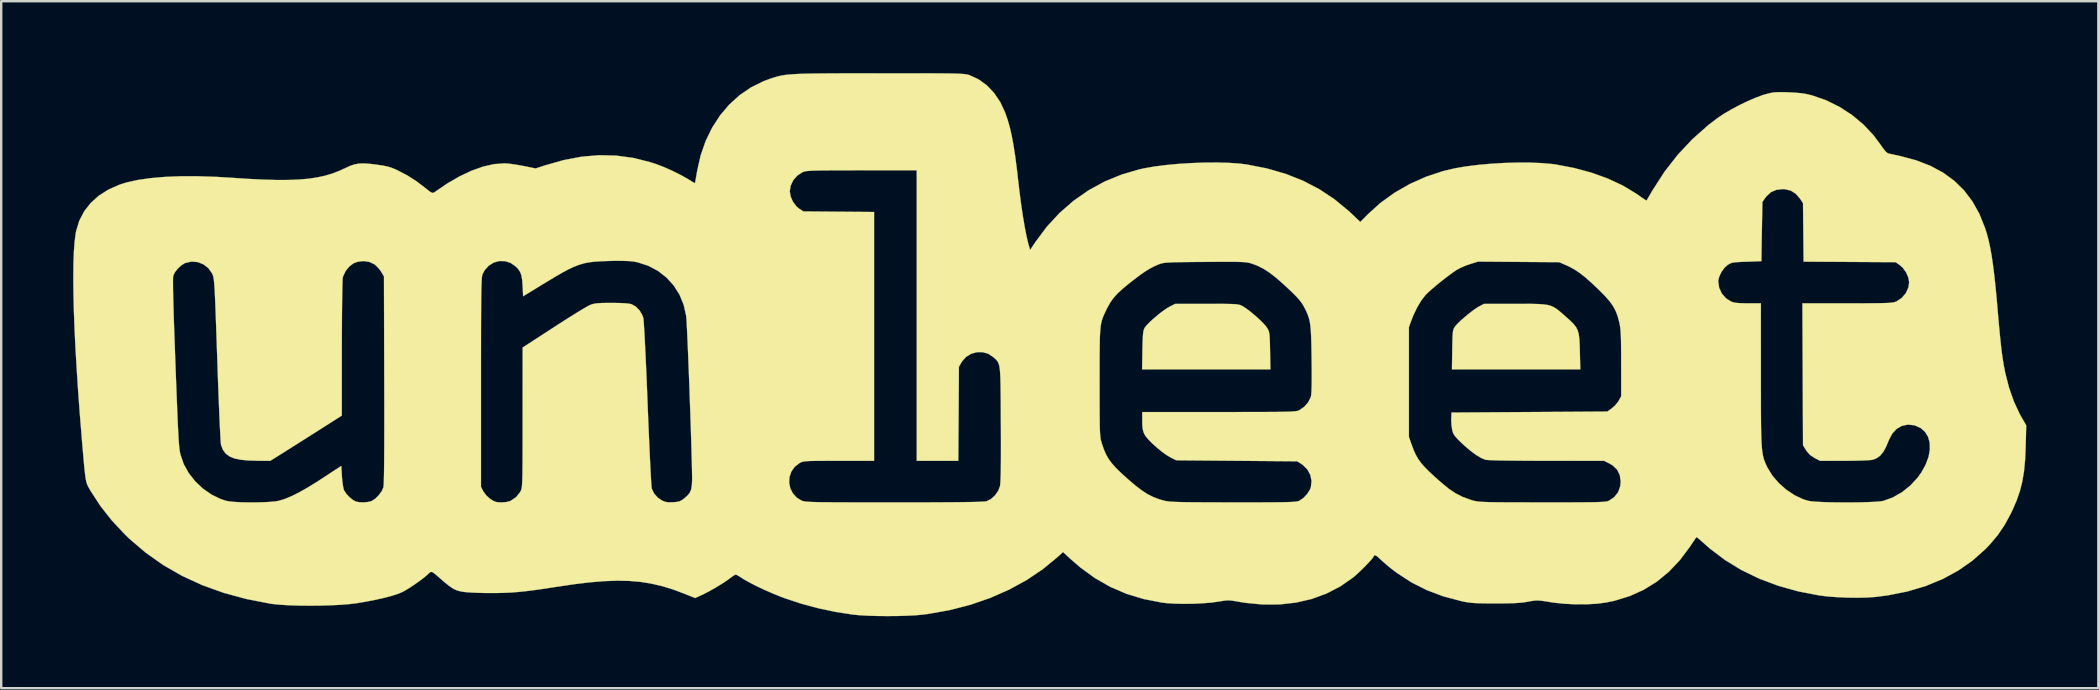
<source format=kicad_pcb>
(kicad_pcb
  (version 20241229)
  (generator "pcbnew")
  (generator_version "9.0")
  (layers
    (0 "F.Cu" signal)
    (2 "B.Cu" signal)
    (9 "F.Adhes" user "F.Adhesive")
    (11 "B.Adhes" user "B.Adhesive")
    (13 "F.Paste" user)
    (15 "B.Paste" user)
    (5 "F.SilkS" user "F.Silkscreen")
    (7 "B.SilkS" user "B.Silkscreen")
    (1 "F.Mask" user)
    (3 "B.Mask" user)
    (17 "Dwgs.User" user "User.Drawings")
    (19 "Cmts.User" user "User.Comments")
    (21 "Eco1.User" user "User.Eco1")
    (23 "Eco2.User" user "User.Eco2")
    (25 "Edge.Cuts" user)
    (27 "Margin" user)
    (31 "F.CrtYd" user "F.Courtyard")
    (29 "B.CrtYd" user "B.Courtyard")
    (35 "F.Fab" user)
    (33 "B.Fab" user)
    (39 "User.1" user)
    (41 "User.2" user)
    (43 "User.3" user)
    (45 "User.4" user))
  (footprint "F.Silk_g8169"
    (layer "F.Cu")
    (at 32.87 20.006)
    (property "Reference" "F.Silk_g8169" (at 0 0 0) (layer "F.SilkS") (effects (font (size 1.27 1.27) (thickness 0.15))))
    (attr through_hole)
    (fp_poly (pts (xy 27.951 -10.391) (xy 28.208 -10.385) (xy 28.413 -10.37) (xy 28.579 -10.346) (xy 28.718 -10.308) (xy 28.839 -10.253) (xy 28.955 -10.18) (xy 29.077 -10.084) (xy 29.217 -9.963) (xy 29.336 -9.858) (xy 29.52 -9.692) (xy 29.659 -9.554) (xy 29.76 -9.426) (xy 29.829 -9.292) (xy 29.874 -9.137) (xy 29.9 -8.944) (xy 29.914 -8.697) (xy 29.922 -8.414) (xy 29.939 -7.662) (xy 24.591 -7.662) (xy 24.604 -8.481) (xy 24.609 -8.765) (xy 24.615 -8.977) (xy 24.623 -9.131) (xy 24.634 -9.241) (xy 24.652 -9.318) (xy 24.676 -9.377) (xy 24.708 -9.431) (xy 24.717 -9.444) (xy 24.81 -9.552) (xy 24.954 -9.693) (xy 25.13 -9.848) (xy 25.32 -10.004) (xy 25.505 -10.144) (xy 25.665 -10.252) (xy 25.727 -10.287) (xy 25.929 -10.393) (xy 27.241 -10.393) (xy 27.633 -10.393) (xy 27.951 -10.391)) (stroke (width 0.01) (type solid)) (fill yes) (layer "F.SilkS"))
    (fp_poly (pts (xy 14.741 -10.393) (xy 15.034 -10.392) (xy 15.263 -10.389) (xy 15.438 -10.385) (xy 15.568 -10.378) (xy 15.663 -10.367) (xy 15.734 -10.352) (xy 15.79 -10.333) (xy 15.842 -10.309) (xy 15.863 -10.297) (xy 16.006 -10.207) (xy 16.181 -10.076) (xy 16.369 -9.92) (xy 16.553 -9.755) (xy 16.715 -9.596) (xy 16.838 -9.46) (xy 16.891 -9.386) (xy 16.929 -9.318) (xy 16.957 -9.252) (xy 16.976 -9.172) (xy 16.99 -9.064) (xy 16.999 -8.915) (xy 17.005 -8.709) (xy 17.011 -8.435) (xy 17.025 -7.662) (xy 11.677 -7.662) (xy 11.691 -8.456) (xy 11.698 -8.747) (xy 11.706 -8.967) (xy 11.717 -9.128) (xy 11.732 -9.243) (xy 11.753 -9.325) (xy 11.78 -9.387) (xy 11.857 -9.489) (xy 11.987 -9.624) (xy 12.153 -9.777) (xy 12.338 -9.934) (xy 12.526 -10.081) (xy 12.699 -10.201) (xy 12.827 -10.276) (xy 13.06 -10.393) (xy 14.372 -10.393) (xy 14.741 -10.393)) (stroke (width 0.01) (type solid)) (fill yes) (layer "F.SilkS"))
    (fp_poly (pts (xy 2.365 -20.001) (xy 2.778 -20) (xy 3.129 -19.998) (xy 3.423 -19.996) (xy 3.667 -19.993) (xy 3.867 -19.989) (xy 4.027 -19.984) (xy 4.153 -19.977) (xy 4.252 -19.97) (xy 4.329 -19.961) (xy 4.39 -19.95) (xy 4.439 -19.938) (xy 4.484 -19.923) (xy 4.487 -19.922) (xy 4.865 -19.747) (xy 5.208 -19.499) (xy 5.509 -19.182) (xy 5.765 -18.803) (xy 5.964 -18.379) (xy 6.067 -18.088) (xy 6.158 -17.771) (xy 6.24 -17.418) (xy 6.316 -17.018) (xy 6.387 -16.561) (xy 6.455 -16.037) (xy 6.497 -15.663) (xy 6.566 -15.076) (xy 6.638 -14.526) (xy 6.713 -14.024) (xy 6.789 -13.577) (xy 6.864 -13.195) (xy 6.938 -12.886) (xy 6.957 -12.819) (xy 7.01 -12.638) (xy 7.236 -12.976) (xy 7.711 -13.611) (xy 8.24 -14.182) (xy 8.818 -14.686) (xy 9.444 -15.123) (xy 10.113 -15.488) (xy 10.822 -15.78) (xy 11.568 -15.998) (xy 11.769 -16.042) (xy 12.197 -16.117) (xy 12.68 -16.178) (xy 13.199 -16.227) (xy 13.737 -16.26) (xy 14.277 -16.279) (xy 14.801 -16.282) (xy 15.291 -16.269) (xy 15.731 -16.239) (xy 16.044 -16.2) (xy 16.88 -16.036) (xy 17.658 -15.811) (xy 18.384 -15.524) (xy 19.06 -15.173) (xy 19.69 -14.755) (xy 20.279 -14.27) (xy 20.382 -14.175) (xy 20.772 -13.806) (xy 21.086 -14.124) (xy 21.612 -14.6) (xy 22.198 -15.023) (xy 22.835 -15.388) (xy 23.512 -15.69) (xy 24.218 -15.924) (xy 24.703 -16.039) (xy 25.16 -16.118) (xy 25.667 -16.182) (xy 26.206 -16.231) (xy 26.76 -16.264) (xy 27.311 -16.28) (xy 27.84 -16.279) (xy 28.329 -16.259) (xy 28.762 -16.221) (xy 28.914 -16.201) (xy 29.686 -16.054) (xy 30.415 -15.857) (xy 31.093 -15.612) (xy 31.714 -15.321) (xy 32.268 -14.988) (xy 32.373 -14.915) (xy 32.512 -14.817) (xy 32.623 -14.742) (xy 32.689 -14.702) (xy 32.701 -14.698) (xy 32.725 -14.738) (xy 32.782 -14.835) (xy 32.865 -14.976) (xy 32.957 -15.134) (xy 33.448 -15.895) (xy 34.001 -16.604) (xy 34.612 -17.256) (xy 35.276 -17.844) (xy 35.67 -18.144) (xy 35.932 -18.318) (xy 36.243 -18.5) (xy 36.581 -18.679) (xy 36.924 -18.844) (xy 37.25 -18.985) (xy 37.539 -19.091) (xy 37.628 -19.118) (xy 37.794 -19.163) (xy 37.931 -19.193) (xy 38.064 -19.21) (xy 38.214 -19.217) (xy 38.405 -19.215) (xy 38.623 -19.208) (xy 38.923 -19.192) (xy 39.166 -19.169) (xy 39.378 -19.134) (xy 39.587 -19.083) (xy 39.607 -19.078) (xy 40.188 -18.875) (xy 40.744 -18.6) (xy 41.265 -18.262) (xy 41.739 -17.867) (xy 42.155 -17.425) (xy 42.435 -17.05) (xy 42.57 -16.858) (xy 42.68 -16.727) (xy 42.759 -16.665) (xy 42.771 -16.661) (xy 42.85 -16.644) (xy 42.989 -16.614) (xy 43.166 -16.576) (xy 43.286 -16.55) (xy 43.943 -16.373) (xy 44.535 -16.143) (xy 45.063 -15.859) (xy 45.528 -15.519) (xy 45.933 -15.122) (xy 46.279 -14.666) (xy 46.569 -14.149) (xy 46.803 -13.57) (xy 46.884 -13.314) (xy 46.956 -13.042) (xy 47.022 -12.736) (xy 47.084 -12.39) (xy 47.142 -11.995) (xy 47.198 -11.542) (xy 47.253 -11.023) (xy 47.307 -10.431) (xy 47.326 -10.212) (xy 47.37 -9.702) (xy 47.41 -9.266) (xy 47.447 -8.894) (xy 47.482 -8.574) (xy 47.516 -8.296) (xy 47.552 -8.05) (xy 47.59 -7.825) (xy 47.631 -7.61) (xy 47.646 -7.534) (xy 47.805 -6.909) (xy 48.007 -6.329) (xy 48.248 -5.81) (xy 48.332 -5.66) (xy 48.524 -5.33) (xy 48.502 -4.432) (xy 48.478 -3.895) (xy 48.433 -3.421) (xy 48.362 -2.994) (xy 48.261 -2.593) (xy 48.126 -2.202) (xy 47.953 -1.801) (xy 47.874 -1.637) (xy 47.62 -1.171) (xy 47.34 -0.759) (xy 47.014 -0.371) (xy 46.82 -0.169) (xy 46.281 0.31) (xy 45.685 0.726) (xy 45.034 1.079) (xy 44.329 1.369) (xy 43.57 1.594) (xy 42.758 1.755) (xy 42.227 1.823) (xy 41.891 1.846) (xy 41.499 1.855) (xy 41.077 1.85) (xy 40.654 1.832) (xy 40.255 1.802) (xy 39.908 1.76) (xy 39.899 1.759) (xy 39.02 1.589) (xy 38.184 1.355) (xy 37.393 1.057) (xy 36.652 0.698) (xy 35.967 0.28) (xy 35.34 -0.195) (xy 35.124 -0.385) (xy 34.987 -0.507) (xy 34.876 -0.603) (xy 34.802 -0.66) (xy 34.779 -0.672) (xy 34.751 -0.632) (xy 34.687 -0.537) (xy 34.595 -0.402) (xy 34.507 -0.269) (xy 34.09 0.288) (xy 33.631 0.772) (xy 33.131 1.183) (xy 32.587 1.521) (xy 32 1.786) (xy 31.369 1.98) (xy 31.009 2.055) (xy 30.632 2.104) (xy 30.2 2.128) (xy 29.74 2.129) (xy 29.278 2.106) (xy 28.841 2.061) (xy 28.687 2.037) (xy 28.462 2) (xy 28.296 1.977) (xy 28.168 1.968) (xy 28.052 1.972) (xy 27.926 1.989) (xy 27.767 2.018) (xy 27.756 2.02) (xy 27.592 2.047) (xy 27.41 2.066) (xy 27.197 2.08) (xy 26.937 2.088) (xy 26.616 2.092) (xy 26.395 2.092) (xy 26.064 2.091) (xy 25.801 2.087) (xy 25.592 2.08) (xy 25.419 2.068) (xy 25.267 2.049) (xy 25.119 2.025) (xy 24.986 1.997) (xy 24.24 1.799) (xy 23.548 1.54) (xy 22.902 1.214) (xy 22.296 0.82) (xy 22.013 0.604) (xy 21.858 0.475) (xy 21.714 0.349) (xy 21.603 0.247) (xy 21.571 0.216) (xy 21.473 0.129) (xy 21.391 0.086) (xy 21.343 0.094) (xy 21.336 0.118) (xy 21.307 0.172) (xy 21.227 0.27) (xy 21.11 0.4) (xy 20.968 0.548) (xy 20.813 0.701) (xy 20.659 0.848) (xy 20.516 0.974) (xy 20.456 1.023) (xy 19.929 1.388) (xy 19.358 1.683) (xy 18.746 1.906) (xy 18.098 2.056) (xy 17.417 2.134) (xy 16.705 2.137) (xy 15.968 2.066) (xy 15.61 2.006) (xy 15.437 1.977) (xy 15.3 1.964) (xy 15.165 1.969) (xy 15 1.993) (xy 14.886 2.012) (xy 14.583 2.055) (xy 14.223 2.085) (xy 13.83 2.104) (xy 13.429 2.109) (xy 13.044 2.101) (xy 12.701 2.08) (xy 12.497 2.056) (xy 11.736 1.907) (xy 11.023 1.69) (xy 10.351 1.4) (xy 9.714 1.036) (xy 9.105 0.595) (xy 8.689 0.234) (xy 8.382 -0.051) (xy 8.145 0.166) (xy 7.535 0.668) (xy 6.862 1.12) (xy 6.131 1.519) (xy 5.351 1.862) (xy 4.527 2.146) (xy 3.665 2.369) (xy 2.773 2.528) (xy 2.517 2.561) (xy 2.222 2.587) (xy 1.864 2.605) (xy 1.466 2.616) (xy 1.049 2.619) (xy 0.633 2.615) (xy 0.24 2.603) (xy -0.108 2.583) (xy -0.368 2.558) (xy -1.086 2.448) (xy -1.82 2.292) (xy -2.542 2.098) (xy -3.22 1.873) (xy -3.401 1.805) (xy -3.742 1.665) (xy -4.08 1.517) (xy -4.398 1.366) (xy -4.678 1.223) (xy -4.904 1.096) (xy -4.989 1.042) (xy -5.112 0.963) (xy -5.21 0.907) (xy -5.258 0.889) (xy -5.314 0.913) (xy -5.408 0.975) (xy -5.457 1.013) (xy -5.633 1.141) (xy -5.861 1.29) (xy -6.114 1.443) (xy -6.367 1.586) (xy -6.595 1.704) (xy -6.639 1.724) (xy -6.948 1.868) (xy -7.422 1.678) (xy -7.876 1.508) (xy -8.321 1.372) (xy -8.766 1.268) (xy -9.221 1.195) (xy -9.696 1.154) (xy -10.201 1.144) (xy -10.747 1.164) (xy -11.342 1.213) (xy -11.997 1.292) (xy -12.706 1.397) (xy -13.191 1.472) (xy -13.608 1.532) (xy -13.973 1.578) (xy -14.301 1.613) (xy -14.608 1.637) (xy -14.91 1.651) (xy -15.221 1.658) (xy -15.452 1.659) (xy -15.733 1.657) (xy -16.01 1.65) (xy -16.261 1.639) (xy -16.466 1.625) (xy -16.595 1.611) (xy -16.761 1.581) (xy -16.903 1.538) (xy -17.038 1.473) (xy -17.183 1.377) (xy -17.357 1.239) (xy -17.529 1.091) (xy -17.696 0.944) (xy -17.813 0.846) (xy -17.892 0.792) (xy -17.948 0.776) (xy -17.995 0.793) (xy -18.047 0.838) (xy -18.086 0.875) (xy -18.232 1.002) (xy -18.429 1.152) (xy -18.65 1.308) (xy -18.872 1.455) (xy -19.071 1.574) (xy -19.147 1.615) (xy -19.34 1.695) (xy -19.606 1.78) (xy -19.932 1.865) (xy -20.306 1.948) (xy -20.716 2.027) (xy -21.04 2.081) (xy -21.343 2.118) (xy -21.708 2.148) (xy -22.118 2.169) (xy -22.554 2.182) (xy -23.001 2.186) (xy -23.44 2.182) (xy -23.854 2.17) (xy -24.225 2.148) (xy -24.536 2.118) (xy -24.638 2.104) (xy -25.643 1.91) (xy -26.594 1.652) (xy -27.49 1.33) (xy -28.331 0.943) (xy -29.119 0.491) (xy -29.852 -0.026) (xy -30.532 -0.607) (xy -30.715 -0.783) (xy -31.263 -1.369) (xy -31.735 -1.969) (xy -32.141 -2.593) (xy -32.209 -2.712) (xy -32.246 -2.779) (xy -32.277 -2.843) (xy -32.303 -2.913) (xy -32.327 -2.997) (xy -32.348 -3.105) (xy -32.369 -3.244) (xy -32.39 -3.424) (xy -32.413 -3.652) (xy -32.439 -3.939) (xy -32.469 -4.291) (xy -32.506 -4.719) (xy -32.509 -4.763) (xy -32.593 -5.796) (xy -32.665 -6.782) (xy -32.726 -7.716) (xy -32.777 -8.596) (xy -32.816 -9.418) (xy -32.844 -10.18) (xy -32.86 -10.878) (xy -32.864 -11.356) (xy -28.711 -11.356) (xy -28.71 -11.144) (xy -28.706 -10.856) (xy -28.697 -10.493) (xy -28.685 -10.052) (xy -28.668 -9.531) (xy -28.647 -8.929) (xy -28.622 -8.245) (xy -28.618 -8.132) (xy -28.594 -7.484) (xy -28.572 -6.916) (xy -28.553 -6.42) (xy -28.535 -5.993) (xy -28.52 -5.626) (xy -28.506 -5.316) (xy -28.493 -5.056) (xy -28.482 -4.841) (xy -28.47 -4.664) (xy -28.459 -4.52) (xy -28.448 -4.404) (xy -28.437 -4.309) (xy -28.424 -4.231) (xy -28.411 -4.162) (xy -28.398 -4.106) (xy -28.263 -3.714) (xy -28.055 -3.34) (xy -27.785 -2.996) (xy -27.464 -2.693) (xy -27.102 -2.442) (xy -26.712 -2.254) (xy -26.492 -2.183) (xy -26.342 -2.156) (xy -26.126 -2.136) (xy -25.863 -2.123) (xy -25.57 -2.117) (xy -25.266 -2.117) (xy -24.97 -2.124) (xy -24.699 -2.137) (xy -24.472 -2.157) (xy -24.308 -2.183) (xy -24.302 -2.185) (xy -24.053 -2.26) (xy -23.775 -2.375) (xy -23.46 -2.532) (xy -23.1 -2.736) (xy -22.688 -2.99) (xy -22.479 -3.126) (xy -21.696 -3.638) (xy -21.671 -3.205) (xy -21.654 -3.004) (xy -21.629 -2.819) (xy -21.599 -2.676) (xy -21.582 -2.624) (xy -21.493 -2.483) (xy -21.357 -2.336) (xy -21.205 -2.215) (xy -21.096 -2.156) (xy -20.945 -2.125) (xy -20.755 -2.119) (xy -20.566 -2.138) (xy -20.435 -2.174) (xy -20.284 -2.269) (xy -20.135 -2.417) (xy -20.011 -2.587) (xy -19.94 -2.746) (xy -19.932 -2.814) (xy -19.925 -2.952) (xy -19.919 -3.161) (xy -19.914 -3.444) (xy -19.91 -3.802) (xy -19.907 -4.235) (xy -19.905 -4.747) (xy -19.904 -5.338) (xy -19.904 -6.01) (xy -19.905 -6.764) (xy -19.906 -7.12) (xy -15.875 -7.12) (xy -15.875 -2.765) (xy -15.777 -2.578) (xy -15.652 -2.406) (xy -15.479 -2.256) (xy -15.476 -2.254) (xy -15.338 -2.171) (xy -15.216 -2.13) (xy -15.064 -2.117) (xy -15.021 -2.117) (xy -14.837 -2.13) (xy -14.681 -2.166) (xy -14.635 -2.185) (xy -14.41 -2.338) (xy -14.246 -2.543) (xy -14.22 -2.591) (xy -14.204 -2.625) (xy -14.191 -2.665) (xy -14.179 -2.717) (xy -14.169 -2.787) (xy -14.161 -2.881) (xy -14.155 -3.007) (xy -14.15 -3.17) (xy -14.146 -3.375) (xy -14.143 -3.63) (xy -14.141 -3.941) (xy -14.14 -4.314) (xy -14.139 -4.755) (xy -14.139 -5.27) (xy -14.139 -5.66) (xy -14.138 -8.572) (xy -12.841 -9.415) (xy -12.535 -9.612) (xy -12.243 -9.798) (xy -11.974 -9.967) (xy -11.738 -10.112) (xy -11.544 -10.227) (xy -11.403 -10.307) (xy -11.329 -10.345) (xy -11.234 -10.379) (xy -11.135 -10.402) (xy -11.013 -10.418) (xy -10.853 -10.427) (xy -10.638 -10.431) (xy -10.435 -10.432) (xy -10.111 -10.428) (xy -9.858 -10.416) (xy -9.679 -10.396) (xy -9.602 -10.379) (xy -9.42 -10.276) (xy -9.262 -10.113) (xy -9.146 -9.913) (xy -9.108 -9.796) (xy -9.099 -9.721) (xy -9.088 -9.569) (xy -9.074 -9.346) (xy -9.057 -9.059) (xy -9.04 -8.715) (xy -9.02 -8.321) (xy -9 -7.884) (xy -8.979 -7.41) (xy -8.958 -6.906) (xy -8.937 -6.38) (xy -8.931 -6.223) (xy -8.91 -5.693) (xy -8.889 -5.185) (xy -8.868 -4.705) (xy -8.848 -4.261) (xy -8.829 -3.858) (xy -8.812 -3.504) (xy -8.796 -3.206) (xy -8.782 -2.97) (xy -8.77 -2.804) (xy -8.762 -2.712) (xy -8.759 -2.701) (xy -8.663 -2.491) (xy -8.5 -2.31) (xy -8.327 -2.195) (xy -8.204 -2.144) (xy -8.072 -2.122) (xy -7.897 -2.123) (xy -7.869 -2.124) (xy -7.699 -2.14) (xy -7.581 -2.17) (xy -7.48 -2.226) (xy -7.424 -2.269) (xy -7.272 -2.401) (xy -7.173 -2.522) (xy -7.116 -2.655) (xy -7.087 -2.828) (xy -7.08 -2.941) (xy -3.032 -2.941) (xy -2.985 -2.709) (xy -2.878 -2.495) (xy -2.712 -2.315) (xy -2.519 -2.196) (xy -2.486 -2.182) (xy -2.445 -2.17) (xy -2.392 -2.16) (xy -2.321 -2.151) (xy -2.227 -2.144) (xy -2.104 -2.137) (xy -1.946 -2.132) (xy -1.748 -2.128) (xy -1.505 -2.125) (xy -1.21 -2.122) (xy -0.86 -2.121) (xy -0.448 -2.119) (xy 0.032 -2.119) (xy 0.584 -2.118) (xy 1.215 -2.118) (xy 1.333 -2.118) (xy 2.07 -2.118) (xy 2.724 -2.119) (xy 3.296 -2.122) (xy 3.79 -2.125) (xy 4.206 -2.129) (xy 4.547 -2.134) (xy 4.814 -2.14) (xy 5.009 -2.148) (xy 5.134 -2.156) (xy 5.186 -2.164) (xy 5.378 -2.256) (xy 5.55 -2.411) (xy 5.685 -2.606) (xy 5.757 -2.801) (xy 5.768 -2.888) (xy 5.778 -3.031) (xy 5.785 -3.235) (xy 5.791 -3.504) (xy 5.794 -3.842) (xy 5.795 -4.252) (xy 5.795 -4.739) (xy 5.793 -5.305) (xy 5.792 -5.397) (xy 5.789 -5.919) (xy 5.787 -6.363) (xy 5.783 -6.737) (xy 5.779 -7.047) (xy 5.772 -7.3) (xy 5.768 -7.388) (xy 9.906 -7.388) (xy 9.906 -7.13) (xy 9.906 -6.634) (xy 9.907 -6.216) (xy 9.908 -5.867) (xy 9.91 -5.58) (xy 9.913 -5.347) (xy 9.918 -5.161) (xy 9.924 -5.014) (xy 9.933 -4.898) (xy 9.944 -4.806) (xy 9.957 -4.73) (xy 9.973 -4.663) (xy 9.992 -4.597) (xy 9.995 -4.587) (xy 10.078 -4.342) (xy 10.169 -4.13) (xy 10.277 -3.937) (xy 10.414 -3.75) (xy 10.589 -3.553) (xy 10.813 -3.335) (xy 11.091 -3.083) (xy 11.394 -2.825) (xy 11.659 -2.622) (xy 11.902 -2.465) (xy 12.139 -2.345) (xy 12.385 -2.251) (xy 12.557 -2.2) (xy 12.622 -2.184) (xy 12.692 -2.17) (xy 12.775 -2.159) (xy 12.877 -2.149) (xy 13.005 -2.141) (xy 13.166 -2.135) (xy 13.368 -2.13) (xy 13.616 -2.126) (xy 13.918 -2.123) (xy 14.281 -2.122) (xy 14.711 -2.12) (xy 15.216 -2.119) (xy 15.466 -2.119) (xy 16.009 -2.119) (xy 16.474 -2.119) (xy 16.866 -2.12) (xy 17.193 -2.122) (xy 17.462 -2.125) (xy 17.678 -2.129) (xy 17.847 -2.134) (xy 17.978 -2.141) (xy 18.075 -2.149) (xy 18.145 -2.16) (xy 18.195 -2.172) (xy 18.228 -2.185) (xy 18.4 -2.301) (xy 18.558 -2.468) (xy 18.675 -2.656) (xy 18.713 -2.757) (xy 18.74 -3.013) (xy 18.69 -3.262) (xy 18.567 -3.488) (xy 18.379 -3.678) (xy 18.303 -3.73) (xy 18.14 -3.831) (xy 15.621 -3.852) (xy 13.102 -3.873) (xy 12.869 -3.989) (xy 12.701 -4.089) (xy 12.507 -4.228) (xy 12.306 -4.392) (xy 12.114 -4.564) (xy 11.948 -4.731) (xy 11.826 -4.877) (xy 11.779 -4.952) (xy 11.729 -5.069) (xy 11.7 -5.194) (xy 11.686 -5.355) (xy 11.684 -5.512) (xy 11.684 -5.884) (xy 14.882 -5.884) (xy 15.479 -5.884) (xy 15.997 -5.885) (xy 16.443 -5.885) (xy 16.821 -5.887) (xy 17.138 -5.888) (xy 17.401 -5.891) (xy 17.614 -5.895) (xy 17.784 -5.899) (xy 17.916 -5.905) (xy 18.017 -5.913) (xy 18.093 -5.922) (xy 18.149 -5.932) (xy 18.191 -5.944) (xy 18.225 -5.959) (xy 18.241 -5.967) (xy 18.438 -6.105) (xy 18.6 -6.291) (xy 18.704 -6.497) (xy 18.713 -6.527) (xy 18.729 -6.625) (xy 18.739 -6.792) (xy 18.746 -7.033) (xy 18.748 -7.349) (xy 18.747 -7.744) (xy 18.743 -8.083) (xy 18.737 -8.499) (xy 18.729 -8.84) (xy 18.719 -9.119) (xy 18.705 -9.345) (xy 18.697 -9.419) (xy 22.797 -9.419) (xy 22.797 -4.847) (xy 22.916 -4.509) (xy 22.997 -4.294) (xy 23.082 -4.106) (xy 23.18 -3.934) (xy 23.3 -3.766) (xy 23.451 -3.592) (xy 23.642 -3.4) (xy 23.882 -3.178) (xy 24.169 -2.924) (xy 24.47 -2.679) (xy 24.75 -2.492) (xy 25.036 -2.348) (xy 25.351 -2.232) (xy 25.4 -2.217) (xy 25.466 -2.197) (xy 25.53 -2.181) (xy 25.598 -2.167) (xy 25.678 -2.155) (xy 25.776 -2.145) (xy 25.899 -2.138) (xy 26.054 -2.132) (xy 26.249 -2.128) (xy 26.49 -2.124) (xy 26.784 -2.122) (xy 27.138 -2.121) (xy 27.559 -2.12) (xy 28.055 -2.119) (xy 28.355 -2.119) (xy 28.899 -2.119) (xy 29.365 -2.119) (xy 29.759 -2.12) (xy 30.087 -2.122) (xy 30.356 -2.124) (xy 30.573 -2.128) (xy 30.744 -2.134) (xy 30.874 -2.14) (xy 30.972 -2.149) (xy 31.042 -2.159) (xy 31.091 -2.171) (xy 31.127 -2.185) (xy 31.128 -2.185) (xy 31.359 -2.342) (xy 31.517 -2.544) (xy 31.605 -2.79) (xy 31.623 -2.996) (xy 31.586 -3.259) (xy 31.477 -3.479) (xy 31.295 -3.656) (xy 31.154 -3.74) (xy 30.929 -3.852) (xy 28.535 -3.853) (xy 27.986 -3.853) (xy 27.494 -3.856) (xy 27.064 -3.86) (xy 26.7 -3.865) (xy 26.406 -3.871) (xy 26.185 -3.879) (xy 26.041 -3.888) (xy 25.985 -3.896) (xy 25.805 -3.972) (xy 25.585 -4.106) (xy 25.34 -4.288) (xy 25.082 -4.511) (xy 24.98 -4.607) (xy 24.83 -4.755) (xy 24.73 -4.865) (xy 24.667 -4.955) (xy 24.628 -5.043) (xy 24.601 -5.15) (xy 24.597 -5.172) (xy 24.571 -5.357) (xy 24.56 -5.554) (xy 24.562 -5.638) (xy 24.575 -5.863) (xy 31.065 -5.905) (xy 31.249 -6.034) (xy 31.383 -6.152) (xy 31.503 -6.296) (xy 31.538 -6.352) (xy 31.644 -6.54) (xy 31.643 -7.916) (xy 31.642 -8.312) (xy 31.64 -8.633) (xy 31.636 -8.891) (xy 31.629 -9.097) (xy 31.619 -9.262) (xy 31.606 -9.396) (xy 31.589 -9.509) (xy 31.568 -9.613) (xy 31.567 -9.618) (xy 31.498 -9.877) (xy 31.414 -10.099) (xy 31.305 -10.302) (xy 31.16 -10.504) (xy 30.968 -10.722) (xy 30.737 -10.956) (xy 30.431 -11.247) (xy 30.342 -11.326) (xy 35.687 -11.326) (xy 35.727 -11.063) (xy 35.838 -10.824) (xy 36.01 -10.626) (xy 36.216 -10.493) (xy 36.31 -10.458) (xy 36.425 -10.435) (xy 36.579 -10.422) (xy 36.79 -10.416) (xy 36.925 -10.415) (xy 37.465 -10.414) (xy 37.466 -7.44) (xy 37.466 -6.833) (xy 37.467 -6.303) (xy 37.468 -5.846) (xy 37.471 -5.453) (xy 37.476 -5.12) (xy 37.483 -4.838) (xy 37.493 -4.603) (xy 37.507 -4.406) (xy 37.524 -4.243) (xy 37.545 -4.106) (xy 37.571 -3.989) (xy 37.602 -3.885) (xy 37.638 -3.789) (xy 37.681 -3.692) (xy 37.73 -3.59) (xy 37.747 -3.556) (xy 37.947 -3.231) (xy 38.212 -2.924) (xy 38.524 -2.649) (xy 38.866 -2.42) (xy 39.221 -2.252) (xy 39.44 -2.184) (xy 39.571 -2.163) (xy 39.773 -2.146) (xy 40.03 -2.133) (xy 40.329 -2.123) (xy 40.657 -2.118) (xy 40.998 -2.115) (xy 41.339 -2.117) (xy 41.667 -2.122) (xy 41.967 -2.131) (xy 42.225 -2.143) (xy 42.427 -2.159) (xy 42.56 -2.179) (xy 42.568 -2.181) (xy 42.963 -2.323) (xy 43.342 -2.539) (xy 43.693 -2.819) (xy 44.001 -3.152) (xy 44.151 -3.361) (xy 44.334 -3.691) (xy 44.453 -4.012) (xy 44.509 -4.317) (xy 44.503 -4.598) (xy 44.436 -4.847) (xy 44.309 -5.056) (xy 44.124 -5.219) (xy 43.882 -5.326) (xy 43.848 -5.335) (xy 43.587 -5.361) (xy 43.342 -5.309) (xy 43.125 -5.183) (xy 42.943 -4.989) (xy 42.808 -4.734) (xy 42.804 -4.723) (xy 42.682 -4.431) (xy 42.56 -4.213) (xy 42.428 -4.057) (xy 42.277 -3.952) (xy 42.131 -3.897) (xy 42.043 -3.884) (xy 41.884 -3.873) (xy 41.667 -3.863) (xy 41.405 -3.857) (xy 41.113 -3.853) (xy 40.952 -3.853) (xy 39.93 -3.852) (xy 39.704 -3.971) (xy 39.515 -4.095) (xy 39.375 -4.255) (xy 39.349 -4.295) (xy 39.222 -4.502) (xy 39.197 -10.414) (xy 41.072 -10.415) (xy 41.523 -10.415) (xy 41.897 -10.416) (xy 42.202 -10.418) (xy 42.446 -10.421) (xy 42.638 -10.426) (xy 42.786 -10.432) (xy 42.897 -10.441) (xy 42.979 -10.452) (xy 43.041 -10.466) (xy 43.09 -10.483) (xy 43.117 -10.494) (xy 43.337 -10.639) (xy 43.506 -10.836) (xy 43.613 -11.069) (xy 43.646 -11.293) (xy 43.611 -11.494) (xy 43.518 -11.704) (xy 43.385 -11.892) (xy 43.256 -12.007) (xy 43.082 -12.129) (xy 41.164 -12.14) (xy 39.247 -12.152) (xy 39.234 -13.371) (xy 39.222 -14.59) (xy 39.105 -14.767) (xy 38.924 -14.978) (xy 38.713 -15.113) (xy 38.464 -15.172) (xy 38.379 -15.176) (xy 38.107 -15.144) (xy 37.882 -15.046) (xy 37.698 -14.876) (xy 37.656 -14.82) (xy 37.529 -14.64) (xy 37.507 -13.406) (xy 37.486 -12.171) (xy 36.869 -12.15) (xy 36.625 -12.14) (xy 36.45 -12.13) (xy 36.325 -12.116) (xy 36.236 -12.096) (xy 36.164 -12.065) (xy 36.093 -12.023) (xy 36.08 -12.015) (xy 35.943 -11.889) (xy 35.82 -11.717) (xy 35.73 -11.528) (xy 35.688 -11.353) (xy 35.687 -11.326) (xy 30.342 -11.326) (xy 30.167 -11.482) (xy 29.932 -11.668) (xy 29.715 -11.815) (xy 29.505 -11.932) (xy 29.379 -11.991) (xy 29.062 -12.129) (xy 27.37 -12.141) (xy 25.679 -12.154) (xy 25.338 -12.048) (xy 25.145 -11.979) (xy 24.953 -11.896) (xy 24.8 -11.815) (xy 24.787 -11.807) (xy 24.616 -11.691) (xy 24.411 -11.54) (xy 24.19 -11.369) (xy 23.969 -11.19) (xy 23.765 -11.018) (xy 23.597 -10.868) (xy 23.481 -10.752) (xy 23.481 -10.751) (xy 23.308 -10.525) (xy 23.137 -10.238) (xy 22.982 -9.915) (xy 22.895 -9.694) (xy 22.797 -9.419) (xy 18.697 -9.419) (xy 18.685 -9.53) (xy 18.659 -9.685) (xy 18.624 -9.819) (xy 18.58 -9.945) (xy 18.524 -10.073) (xy 18.473 -10.181) (xy 18.405 -10.31) (xy 18.331 -10.429) (xy 18.239 -10.549) (xy 18.121 -10.682) (xy 17.966 -10.839) (xy 17.763 -11.032) (xy 17.586 -11.196) (xy 17.271 -11.474) (xy 16.991 -11.692) (xy 16.732 -11.859) (xy 16.48 -11.985) (xy 16.242 -12.073) (xy 16.172 -12.093) (xy 16.098 -12.11) (xy 16.013 -12.123) (xy 15.906 -12.133) (xy 15.77 -12.139) (xy 15.595 -12.144) (xy 15.372 -12.146) (xy 15.092 -12.146) (xy 14.746 -12.144) (xy 14.325 -12.141) (xy 14.287 -12.141) (xy 13.864 -12.138) (xy 13.517 -12.134) (xy 13.236 -12.131) (xy 13.013 -12.126) (xy 12.839 -12.12) (xy 12.705 -12.111) (xy 12.603 -12.101) (xy 12.523 -12.087) (xy 12.456 -12.069) (xy 12.393 -12.048) (xy 12.34 -12.027) (xy 12.161 -11.948) (xy 11.98 -11.851) (xy 11.785 -11.729) (xy 11.561 -11.571) (xy 11.295 -11.369) (xy 11.146 -11.252) (xy 10.87 -11.025) (xy 10.654 -10.825) (xy 10.484 -10.635) (xy 10.345 -10.44) (xy 10.224 -10.223) (xy 10.186 -10.146) (xy 10.127 -10.021) (xy 10.077 -9.911) (xy 10.035 -9.807) (xy 10 -9.702) (xy 9.973 -9.588) (xy 9.951 -9.457) (xy 9.935 -9.3) (xy 9.923 -9.111) (xy 9.915 -8.88) (xy 9.91 -8.601) (xy 9.907 -8.264) (xy 9.906 -7.863) (xy 9.906 -7.388) (xy 5.768 -7.388) (xy 5.762 -7.503) (xy 5.748 -7.663) (xy 5.73 -7.788) (xy 5.706 -7.883) (xy 5.675 -7.957) (xy 5.638 -8.016) (xy 5.593 -8.068) (xy 5.538 -8.118) (xy 5.475 -8.174) (xy 5.466 -8.182) (xy 5.258 -8.317) (xy 5.025 -8.381) (xy 4.784 -8.378) (xy 4.55 -8.31) (xy 4.34 -8.18) (xy 4.172 -7.991) (xy 4.146 -7.948) (xy 4.043 -7.768) (xy 4.031 -5.81) (xy 4.018 -3.852) (xy 2.286 -3.852) (xy 2.286 -15.96) (xy -0.011 -15.959) (xy -0.512 -15.958) (xy -0.937 -15.958) (xy -1.29 -15.956) (xy -1.581 -15.954) (xy -1.815 -15.951) (xy -2.001 -15.946) (xy -2.144 -15.94) (xy -2.253 -15.931) (xy -2.334 -15.921) (xy -2.394 -15.909) (xy -2.442 -15.894) (xy -2.477 -15.879) (xy -2.696 -15.736) (xy -2.865 -15.54) (xy -2.972 -15.309) (xy -3.005 -15.083) (xy -2.969 -14.866) (xy -2.873 -14.647) (xy -2.733 -14.459) (xy -2.62 -14.364) (xy -2.441 -14.245) (xy -0.966 -14.233) (xy 0.508 -14.221) (xy 0.508 -3.852) (xy -0.963 -3.852) (xy -1.355 -3.851) (xy -1.672 -3.85) (xy -1.922 -3.848) (xy -2.116 -3.845) (xy -2.261 -3.839) (xy -2.369 -3.83) (xy -2.447 -3.818) (xy -2.506 -3.802) (xy -2.554 -3.782) (xy -2.601 -3.757) (xy -2.602 -3.756) (xy -2.803 -3.598) (xy -2.942 -3.4) (xy -3.018 -3.176) (xy -3.032 -2.941) (xy -7.08 -2.941) (xy -7.077 -2.998) (xy -7.075 -3.114) (xy -7.077 -3.305) (xy -7.082 -3.561) (xy -7.09 -3.875) (xy -7.1 -4.238) (xy -7.112 -4.643) (xy -7.125 -5.079) (xy -7.14 -5.54) (xy -7.157 -6.016) (xy -7.174 -6.5) (xy -7.191 -6.982) (xy -7.209 -7.455) (xy -7.227 -7.911) (xy -7.244 -8.34) (xy -7.261 -8.735) (xy -7.277 -9.086) (xy -7.291 -9.387) (xy -7.304 -9.628) (xy -7.315 -9.801) (xy -7.324 -9.896) (xy -7.427 -10.355) (xy -7.602 -10.779) (xy -7.844 -11.16) (xy -8.145 -11.491) (xy -8.499 -11.767) (xy -8.899 -11.979) (xy -9.339 -12.122) (xy -9.5 -12.154) (xy -9.692 -12.175) (xy -9.96 -12.185) (xy -10.293 -12.186) (xy -10.558 -12.18) (xy -10.861 -12.169) (xy -11.122 -12.153) (xy -11.353 -12.126) (xy -11.566 -12.085) (xy -11.774 -12.026) (xy -11.987 -11.944) (xy -12.219 -11.836) (xy -12.48 -11.696) (xy -12.784 -11.521) (xy -13.142 -11.305) (xy -13.314 -11.201) (xy -14.118 -10.709) (xy -14.139 -11.144) (xy -14.158 -11.393) (xy -14.19 -11.579) (xy -14.243 -11.722) (xy -14.324 -11.844) (xy -14.421 -11.946) (xy -14.634 -12.096) (xy -14.868 -12.172) (xy -15.107 -12.178) (xy -15.338 -12.116) (xy -15.546 -11.989) (xy -15.718 -11.802) (xy -15.809 -11.632) (xy -15.82 -11.599) (xy -15.829 -11.551) (xy -15.838 -11.484) (xy -15.845 -11.391) (xy -15.851 -11.269) (xy -15.857 -11.113) (xy -15.861 -10.917) (xy -15.865 -10.677) (xy -15.868 -10.388) (xy -15.87 -10.045) (xy -15.872 -9.644) (xy -15.873 -9.179) (xy -15.874 -8.645) (xy -15.875 -8.038) (xy -15.875 -7.352) (xy -15.875 -7.12) (xy -19.906 -7.12) (xy -19.906 -7.225) (xy -19.918 -11.536) (xy -20.032 -11.729) (xy -20.138 -11.873) (xy -20.271 -12.006) (xy -20.323 -12.046) (xy -20.53 -12.142) (xy -20.769 -12.176) (xy -21.012 -12.148) (xy -21.188 -12.082) (xy -21.365 -11.949) (xy -21.516 -11.761) (xy -21.618 -11.548) (xy -21.634 -11.49) (xy -21.641 -11.42) (xy -21.647 -11.273) (xy -21.653 -11.056) (xy -21.658 -10.776) (xy -21.663 -10.443) (xy -21.667 -10.062) (xy -21.67 -9.642) (xy -21.672 -9.191) (xy -21.674 -8.714) (xy -21.674 -8.53) (xy -21.675 -5.736) (xy -22.741 -5.059) (xy -23.036 -4.872) (xy -23.331 -4.685) (xy -23.61 -4.508) (xy -23.862 -4.349) (xy -24.071 -4.217) (xy -24.223 -4.122) (xy -24.231 -4.117) (xy -24.653 -3.852) (xy -25.143 -3.853) (xy -25.551 -3.864) (xy -25.884 -3.895) (xy -26.151 -3.951) (xy -26.357 -4.036) (xy -26.513 -4.152) (xy -26.624 -4.302) (xy -26.7 -4.49) (xy -26.71 -4.525) (xy -26.717 -4.592) (xy -26.728 -4.736) (xy -26.74 -4.95) (xy -26.754 -5.229) (xy -26.769 -5.564) (xy -26.786 -5.949) (xy -26.803 -6.376) (xy -26.821 -6.84) (xy -26.839 -7.333) (xy -26.857 -7.847) (xy -26.857 -7.853) (xy -26.879 -8.488) (xy -26.898 -9.045) (xy -26.915 -9.528) (xy -26.93 -9.943) (xy -26.943 -10.296) (xy -26.956 -10.592) (xy -26.967 -10.837) (xy -26.978 -11.037) (xy -26.989 -11.197) (xy -27 -11.323) (xy -27.011 -11.42) (xy -27.023 -11.494) (xy -27.037 -11.55) (xy -27.052 -11.595) (xy -27.068 -11.634) (xy -27.087 -11.672) (xy -27.089 -11.674) (xy -27.242 -11.887) (xy -27.444 -12.042) (xy -27.68 -12.133) (xy -27.932 -12.155) (xy -28.185 -12.101) (xy -28.21 -12.091) (xy -28.364 -11.998) (xy -28.514 -11.859) (xy -28.636 -11.702) (xy -28.7 -11.565) (xy -28.708 -11.496) (xy -28.711 -11.356) (xy -32.864 -11.356) (xy -32.865 -11.509) (xy -32.859 -12.071) (xy -32.841 -12.559) (xy -32.811 -12.971) (xy -32.769 -13.303) (xy -32.747 -13.425) (xy -32.616 -13.856) (xy -32.412 -14.248) (xy -32.138 -14.598) (xy -31.798 -14.903) (xy -31.396 -15.158) (xy -30.934 -15.361) (xy -30.649 -15.451) (xy -30.191 -15.553) (xy -29.657 -15.631) (xy -29.055 -15.683) (xy -28.391 -15.71) (xy -27.67 -15.71) (xy -26.899 -15.685) (xy -26.289 -15.648) (xy -25.588 -15.602) (xy -24.962 -15.571) (xy -24.405 -15.555) (xy -23.909 -15.556) (xy -23.466 -15.573) (xy -23.069 -15.607) (xy -22.71 -15.66) (xy -22.382 -15.731) (xy -22.077 -15.821) (xy -21.788 -15.931) (xy -21.526 -16.052) (xy -21.326 -16.144) (xy -21.145 -16.205) (xy -20.961 -16.238) (xy -20.754 -16.245) (xy -20.504 -16.228) (xy -20.234 -16.195) (xy -19.971 -16.156) (xy -19.767 -16.114) (xy -19.594 -16.062) (xy -19.426 -15.993) (xy -19.392 -15.977) (xy -18.959 -15.754) (xy -18.564 -15.502) (xy -18.231 -15.249) (xy -18.079 -15.128) (xy -17.978 -15.054) (xy -17.911 -15.02) (xy -17.863 -15.017) (xy -17.82 -15.04) (xy -17.808 -15.048) (xy -17.28 -15.409) (xy -16.762 -15.708) (xy -16.261 -15.944) (xy -15.781 -16.114) (xy -15.328 -16.216) (xy -14.909 -16.247) (xy -14.736 -16.237) (xy -14.568 -16.216) (xy -14.353 -16.183) (xy -14.126 -16.142) (xy -14.027 -16.123) (xy -13.596 -16.035) (xy -13.201 -16.165) (xy -12.429 -16.384) (xy -11.683 -16.525) (xy -10.957 -16.587) (xy -10.246 -16.571) (xy -9.543 -16.477) (xy -8.843 -16.304) (xy -8.569 -16.215) (xy -8.245 -16.091) (xy -7.894 -15.935) (xy -7.55 -15.763) (xy -7.247 -15.593) (xy -7.197 -15.562) (xy -7.078 -15.488) (xy -6.991 -15.438) (xy -6.958 -15.423) (xy -6.948 -15.465) (xy -6.928 -15.574) (xy -6.9 -15.734) (xy -6.866 -15.929) (xy -6.865 -15.938) (xy -6.719 -16.582) (xy -6.509 -17.185) (xy -6.237 -17.742) (xy -5.909 -18.248) (xy -5.527 -18.698) (xy -5.096 -19.089) (xy -4.618 -19.415) (xy -4.098 -19.672) (xy -3.873 -19.756) (xy -3.752 -19.797) (xy -3.639 -19.834) (xy -3.53 -19.865) (xy -3.419 -19.893) (xy -3.298 -19.916) (xy -3.163 -19.936) (xy -3.008 -19.952) (xy -2.825 -19.965) (xy -2.61 -19.976) (xy -2.355 -19.984) (xy -2.056 -19.99) (xy -1.706 -19.994) (xy -1.298 -19.997) (xy -0.827 -19.999) (xy -0.287 -20) (xy 0.328 -20) (xy 0.699 -20.001) (xy 1.331 -20.001) (xy 1.885 -20.001) (xy 2.365 -20.001)) (stroke (width 0.01) (type solid)) (fill yes) (layer "F.SilkS")))
  (gr_rect
    (start -3 -3)
    (end 84.4 25.63)
    (stroke (width 0.1) (type default))
    (fill no)
    (layer "Edge.Cuts")))
</source>
